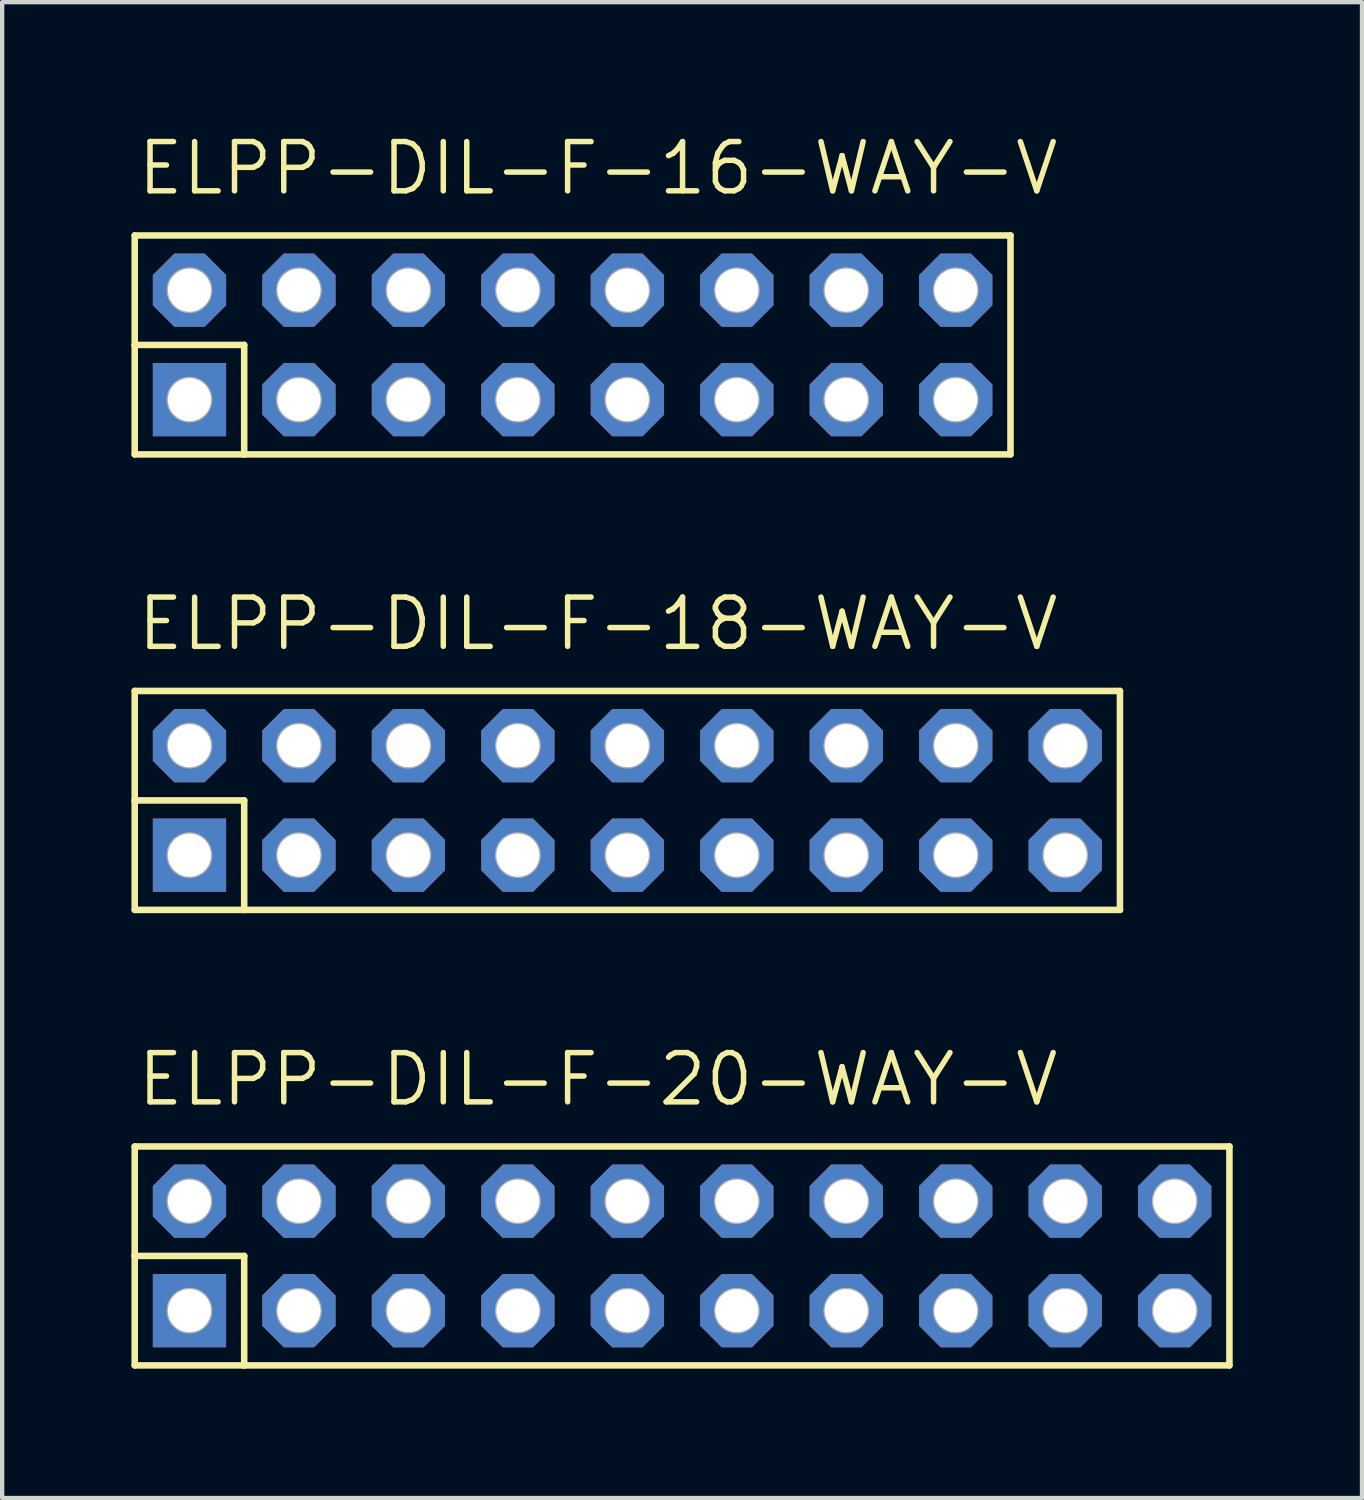
<source format=kicad_pcb>
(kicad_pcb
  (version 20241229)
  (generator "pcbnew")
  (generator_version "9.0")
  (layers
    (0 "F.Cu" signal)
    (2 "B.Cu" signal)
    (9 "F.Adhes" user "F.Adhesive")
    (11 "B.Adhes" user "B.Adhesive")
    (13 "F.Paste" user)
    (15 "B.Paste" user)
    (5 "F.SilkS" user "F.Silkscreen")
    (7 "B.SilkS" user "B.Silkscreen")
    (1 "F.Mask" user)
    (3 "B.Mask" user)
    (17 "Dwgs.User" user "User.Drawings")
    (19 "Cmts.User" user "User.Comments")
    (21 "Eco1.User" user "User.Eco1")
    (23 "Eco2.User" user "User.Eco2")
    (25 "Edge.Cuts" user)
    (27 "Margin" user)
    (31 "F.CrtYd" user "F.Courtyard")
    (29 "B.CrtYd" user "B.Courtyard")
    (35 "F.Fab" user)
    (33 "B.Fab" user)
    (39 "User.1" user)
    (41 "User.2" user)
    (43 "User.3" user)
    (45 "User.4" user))
  (footprint "ELPP-DIL-F-18-WAY-V"
    (layer "F.Cu")
    (at 6.426 16.792)
    (property "Reference" "ELPP-DIL-F-18-WAY-V" (at -6.35 -4.699 0) (unlocked yes) (layer "F.SilkS") (effects (font (size 1.143 1.143) (thickness 0.127)) (justify left bottom)))
    (fp_line (start -6.35 -3.81) (end 16.51 -3.81) (stroke (width 0.152) (type solid)) (layer "F.SilkS"))
    (fp_line (start -6.35 -1.27) (end -6.35 -3.81) (stroke (width 0.152) (type solid)) (layer "F.SilkS"))
    (fp_line (start -6.35 -1.27) (end -3.81 -1.27) (stroke (width 0.152) (type solid)) (layer "F.SilkS"))
    (fp_line (start -6.35 1.27) (end -6.35 -1.27) (stroke (width 0.152) (type solid)) (layer "F.SilkS"))
    (fp_line (start -3.81 -1.27) (end -3.81 1.27) (stroke (width 0.152) (type solid)) (layer "F.SilkS"))
    (fp_line (start -3.81 1.27) (end -6.35 1.27) (stroke (width 0.152) (type solid)) (layer "F.SilkS"))
    (fp_line (start 16.51 -3.81) (end 16.51 1.27) (stroke (width 0.152) (type solid)) (layer "F.SilkS"))
    (fp_line (start 16.51 1.27) (end -3.81 1.27) (stroke (width 0.152) (type solid)) (layer "F.SilkS"))
    (fp_circle (center -5.08 -2.54) (end -4.953 -2.54) (stroke (width 0.406) (type solid)) (fill no) (layer "F.Fab"))
    (fp_circle (center -5.08 0) (end -4.953 0) (stroke (width 0.406) (type solid)) (fill no) (layer "F.Fab"))
    (fp_circle (center -2.54 -2.54) (end -2.413 -2.54) (stroke (width 0.406) (type solid)) (fill no) (layer "F.Fab"))
    (fp_circle (center -2.54 0) (end -2.413 0) (stroke (width 0.406) (type solid)) (fill no) (layer "F.Fab"))
    (fp_circle (center 0 -2.54) (end 0.127 -2.54) (stroke (width 0.406) (type solid)) (fill no) (layer "F.Fab"))
    (fp_circle (center 0 0) (end 0.127 0) (stroke (width 0.406) (type solid)) (fill no) (layer "F.Fab"))
    (fp_circle (center 2.54 -2.54) (end 2.667 -2.54) (stroke (width 0.406) (type solid)) (fill no) (layer "F.Fab"))
    (fp_circle (center 2.54 0) (end 2.667 0) (stroke (width 0.406) (type solid)) (fill no) (layer "F.Fab"))
    (fp_circle (center 5.08 -2.54) (end 5.207 -2.54) (stroke (width 0.406) (type solid)) (fill no) (layer "F.Fab"))
    (fp_circle (center 5.08 0) (end 5.207 0) (stroke (width 0.406) (type solid)) (fill no) (layer "F.Fab"))
    (fp_circle (center 7.62 -2.54) (end 7.747 -2.54) (stroke (width 0.406) (type solid)) (fill no) (layer "F.Fab"))
    (fp_circle (center 7.62 0) (end 7.747 0) (stroke (width 0.406) (type solid)) (fill no) (layer "F.Fab"))
    (fp_circle (center 10.16 -2.54) (end 10.287 -2.54) (stroke (width 0.406) (type solid)) (fill no) (layer "F.Fab"))
    (fp_circle (center 10.16 0) (end 10.287 0) (stroke (width 0.406) (type solid)) (fill no) (layer "F.Fab"))
    (fp_circle (center 12.7 -2.54) (end 12.827 -2.54) (stroke (width 0.406) (type solid)) (fill no) (layer "F.Fab"))
    (fp_circle (center 12.7 0) (end 12.827 0) (stroke (width 0.406) (type solid)) (fill no) (layer "F.Fab"))
    (fp_circle (center 15.24 -2.54) (end 15.367 -2.54) (stroke (width 0.406) (type solid)) (fill no) (layer "F.Fab"))
    (fp_circle (center 15.24 0) (end 15.367 0) (stroke (width 0.406) (type solid)) (fill no) (layer "F.Fab"))
    (pad "1" thru_hole rect (at -5.08 0) (size 1.7 1.7) (drill 1) (layers "*.Cu" "*.Mask"))
    (pad "2" thru_hole roundrect (at -5.08 -2.54) (size 1.7 1.7) (drill 1) (layers "*.Cu" "*.Mask") (roundrect_rratio 0.25) (chamfer_ratio 0.293) (chamfer top_left top_right bottom_left bottom_right))
    (pad "3" thru_hole roundrect (at -2.54 0) (size 1.7 1.7) (drill 1) (layers "*.Cu" "*.Mask") (roundrect_rratio 0.25) (chamfer_ratio 0.293) (chamfer top_left top_right bottom_left bottom_right))
    (pad "4" thru_hole roundrect (at -2.54 -2.54) (size 1.7 1.7) (drill 1) (layers "*.Cu" "*.Mask") (roundrect_rratio 0.25) (chamfer_ratio 0.293) (chamfer top_left top_right bottom_left bottom_right))
    (pad "5" thru_hole roundrect (at 0 0) (size 1.7 1.7) (drill 1) (layers "*.Cu" "*.Mask") (roundrect_rratio 0.25) (chamfer_ratio 0.293) (chamfer top_left top_right bottom_left bottom_right))
    (pad "6" thru_hole roundrect (at 0 -2.54) (size 1.7 1.7) (drill 1) (layers "*.Cu" "*.Mask") (roundrect_rratio 0.25) (chamfer_ratio 0.293) (chamfer top_left top_right bottom_left bottom_right))
    (pad "7" thru_hole roundrect (at 2.54 0) (size 1.7 1.7) (drill 1) (layers "*.Cu" "*.Mask") (roundrect_rratio 0.25) (chamfer_ratio 0.293) (chamfer top_left top_right bottom_left bottom_right))
    (pad "8" thru_hole roundrect (at 2.54 -2.54) (size 1.7 1.7) (drill 1) (layers "*.Cu" "*.Mask") (roundrect_rratio 0.25) (chamfer_ratio 0.293) (chamfer top_left top_right bottom_left bottom_right))
    (pad "9" thru_hole roundrect (at 5.08 0) (size 1.7 1.7) (drill 1) (layers "*.Cu" "*.Mask") (roundrect_rratio 0.25) (chamfer_ratio 0.293) (chamfer top_left top_right bottom_left bottom_right))
    (pad "10" thru_hole roundrect (at 5.08 -2.54) (size 1.7 1.7) (drill 1) (layers "*.Cu" "*.Mask") (roundrect_rratio 0.25) (chamfer_ratio 0.293) (chamfer top_left top_right bottom_left bottom_right))
    (pad "11" thru_hole roundrect (at 7.62 0) (size 1.7 1.7) (drill 1) (layers "*.Cu" "*.Mask") (roundrect_rratio 0.25) (chamfer_ratio 0.293) (chamfer top_left top_right bottom_left bottom_right))
    (pad "12" thru_hole roundrect (at 7.62 -2.54) (size 1.7 1.7) (drill 1) (layers "*.Cu" "*.Mask") (roundrect_rratio 0.25) (chamfer_ratio 0.293) (chamfer top_left top_right bottom_left bottom_right))
    (pad "13" thru_hole roundrect (at 10.16 0) (size 1.7 1.7) (drill 1) (layers "*.Cu" "*.Mask") (roundrect_rratio 0.25) (chamfer_ratio 0.293) (chamfer top_left top_right bottom_left bottom_right))
    (pad "14" thru_hole roundrect (at 10.16 -2.54) (size 1.7 1.7) (drill 1) (layers "*.Cu" "*.Mask") (roundrect_rratio 0.25) (chamfer_ratio 0.293) (chamfer top_left top_right bottom_left bottom_right))
    (pad "15" thru_hole roundrect (at 12.7 0) (size 1.7 1.7) (drill 1) (layers "*.Cu" "*.Mask") (roundrect_rratio 0.25) (chamfer_ratio 0.293) (chamfer top_left top_right bottom_left bottom_right))
    (pad "16" thru_hole roundrect (at 12.7 -2.54) (size 1.7 1.7) (drill 1) (layers "*.Cu" "*.Mask") (roundrect_rratio 0.25) (chamfer_ratio 0.293) (chamfer top_left top_right bottom_left bottom_right))
    (pad "17" thru_hole roundrect (at 15.24 0) (size 1.7 1.7) (drill 1) (layers "*.Cu" "*.Mask") (roundrect_rratio 0.25) (chamfer_ratio 0.293) (chamfer top_left top_right bottom_left bottom_right))
    (pad "18" thru_hole roundrect (at 15.24 -2.54) (size 1.7 1.7) (drill 1) (layers "*.Cu" "*.Mask") (roundrect_rratio 0.25) (chamfer_ratio 0.293) (chamfer top_left top_right bottom_left bottom_right)))
  (footprint "ELPP-DIL-F-16-WAY-V"
    (layer "F.Cu")
    (at 6.426 6.223)
    (property "Reference" "ELPP-DIL-F-16-WAY-V" (at -6.35 -4.699 0) (unlocked yes) (layer "F.SilkS") (effects (font (size 1.143 1.143) (thickness 0.127)) (justify left bottom)))
    (fp_line (start -6.35 -3.81) (end 13.97 -3.81) (stroke (width 0.152) (type solid)) (layer "F.SilkS"))
    (fp_line (start -6.35 -1.27) (end -6.35 -3.81) (stroke (width 0.152) (type solid)) (layer "F.SilkS"))
    (fp_line (start -6.35 -1.27) (end -3.81 -1.27) (stroke (width 0.152) (type solid)) (layer "F.SilkS"))
    (fp_line (start -6.35 1.27) (end -6.35 -1.27) (stroke (width 0.152) (type solid)) (layer "F.SilkS"))
    (fp_line (start -3.81 -1.27) (end -3.81 1.27) (stroke (width 0.152) (type solid)) (layer "F.SilkS"))
    (fp_line (start -3.81 1.27) (end -6.35 1.27) (stroke (width 0.152) (type solid)) (layer "F.SilkS"))
    (fp_line (start 13.97 -3.81) (end 13.97 1.27) (stroke (width 0.152) (type solid)) (layer "F.SilkS"))
    (fp_line (start 13.97 1.27) (end -3.81 1.27) (stroke (width 0.152) (type solid)) (layer "F.SilkS"))
    (fp_circle (center -5.08 -2.54) (end -4.953 -2.54) (stroke (width 0.406) (type solid)) (fill no) (layer "F.Fab"))
    (fp_circle (center -5.08 0) (end -4.953 0) (stroke (width 0.406) (type solid)) (fill no) (layer "F.Fab"))
    (fp_circle (center -2.54 -2.54) (end -2.413 -2.54) (stroke (width 0.406) (type solid)) (fill no) (layer "F.Fab"))
    (fp_circle (center -2.54 0) (end -2.413 0) (stroke (width 0.406) (type solid)) (fill no) (layer "F.Fab"))
    (fp_circle (center 0 -2.54) (end 0.127 -2.54) (stroke (width 0.406) (type solid)) (fill no) (layer "F.Fab"))
    (fp_circle (center 0 0) (end 0.127 0) (stroke (width 0.406) (type solid)) (fill no) (layer "F.Fab"))
    (fp_circle (center 2.54 -2.54) (end 2.667 -2.54) (stroke (width 0.406) (type solid)) (fill no) (layer "F.Fab"))
    (fp_circle (center 2.54 0) (end 2.667 0) (stroke (width 0.406) (type solid)) (fill no) (layer "F.Fab"))
    (fp_circle (center 5.08 -2.54) (end 5.207 -2.54) (stroke (width 0.406) (type solid)) (fill no) (layer "F.Fab"))
    (fp_circle (center 5.08 0) (end 5.207 0) (stroke (width 0.406) (type solid)) (fill no) (layer "F.Fab"))
    (fp_circle (center 7.62 -2.54) (end 7.747 -2.54) (stroke (width 0.406) (type solid)) (fill no) (layer "F.Fab"))
    (fp_circle (center 7.62 0) (end 7.747 0) (stroke (width 0.406) (type solid)) (fill no) (layer "F.Fab"))
    (fp_circle (center 10.16 -2.54) (end 10.287 -2.54) (stroke (width 0.406) (type solid)) (fill no) (layer "F.Fab"))
    (fp_circle (center 10.16 0) (end 10.287 0) (stroke (width 0.406) (type solid)) (fill no) (layer "F.Fab"))
    (fp_circle (center 12.7 -2.54) (end 12.827 -2.54) (stroke (width 0.406) (type solid)) (fill no) (layer "F.Fab"))
    (fp_circle (center 12.7 0) (end 12.827 0) (stroke (width 0.406) (type solid)) (fill no) (layer "F.Fab"))
    (pad "1" thru_hole rect (at -5.08 0) (size 1.7 1.7) (drill 1) (layers "*.Cu" "*.Mask"))
    (pad "2" thru_hole roundrect (at -5.08 -2.54) (size 1.7 1.7) (drill 1) (layers "*.Cu" "*.Mask") (roundrect_rratio 0.25) (chamfer_ratio 0.293) (chamfer top_left top_right bottom_left bottom_right))
    (pad "3" thru_hole roundrect (at -2.54 0) (size 1.7 1.7) (drill 1) (layers "*.Cu" "*.Mask") (roundrect_rratio 0.25) (chamfer_ratio 0.293) (chamfer top_left top_right bottom_left bottom_right))
    (pad "4" thru_hole roundrect (at -2.54 -2.54) (size 1.7 1.7) (drill 1) (layers "*.Cu" "*.Mask") (roundrect_rratio 0.25) (chamfer_ratio 0.293) (chamfer top_left top_right bottom_left bottom_right))
    (pad "5" thru_hole roundrect (at 0 0) (size 1.7 1.7) (drill 1) (layers "*.Cu" "*.Mask") (roundrect_rratio 0.25) (chamfer_ratio 0.293) (chamfer top_left top_right bottom_left bottom_right))
    (pad "6" thru_hole roundrect (at 0 -2.54) (size 1.7 1.7) (drill 1) (layers "*.Cu" "*.Mask") (roundrect_rratio 0.25) (chamfer_ratio 0.293) (chamfer top_left top_right bottom_left bottom_right))
    (pad "7" thru_hole roundrect (at 2.54 0) (size 1.7 1.7) (drill 1) (layers "*.Cu" "*.Mask") (roundrect_rratio 0.25) (chamfer_ratio 0.293) (chamfer top_left top_right bottom_left bottom_right))
    (pad "8" thru_hole roundrect (at 2.54 -2.54) (size 1.7 1.7) (drill 1) (layers "*.Cu" "*.Mask") (roundrect_rratio 0.25) (chamfer_ratio 0.293) (chamfer top_left top_right bottom_left bottom_right))
    (pad "9" thru_hole roundrect (at 5.08 0) (size 1.7 1.7) (drill 1) (layers "*.Cu" "*.Mask") (roundrect_rratio 0.25) (chamfer_ratio 0.293) (chamfer top_left top_right bottom_left bottom_right))
    (pad "10" thru_hole roundrect (at 5.08 -2.54) (size 1.7 1.7) (drill 1) (layers "*.Cu" "*.Mask") (roundrect_rratio 0.25) (chamfer_ratio 0.293) (chamfer top_left top_right bottom_left bottom_right))
    (pad "11" thru_hole roundrect (at 7.62 0) (size 1.7 1.7) (drill 1) (layers "*.Cu" "*.Mask") (roundrect_rratio 0.25) (chamfer_ratio 0.293) (chamfer top_left top_right bottom_left bottom_right))
    (pad "12" thru_hole roundrect (at 7.62 -2.54) (size 1.7 1.7) (drill 1) (layers "*.Cu" "*.Mask") (roundrect_rratio 0.25) (chamfer_ratio 0.293) (chamfer top_left top_right bottom_left bottom_right))
    (pad "13" thru_hole roundrect (at 10.16 0) (size 1.7 1.7) (drill 1) (layers "*.Cu" "*.Mask") (roundrect_rratio 0.25) (chamfer_ratio 0.293) (chamfer top_left top_right bottom_left bottom_right))
    (pad "14" thru_hole roundrect (at 10.16 -2.54) (size 1.7 1.7) (drill 1) (layers "*.Cu" "*.Mask") (roundrect_rratio 0.25) (chamfer_ratio 0.293) (chamfer top_left top_right bottom_left bottom_right))
    (pad "15" thru_hole roundrect (at 12.7 0) (size 1.7 1.7) (drill 1) (layers "*.Cu" "*.Mask") (roundrect_rratio 0.25) (chamfer_ratio 0.293) (chamfer top_left top_right bottom_left bottom_right))
    (pad "16" thru_hole roundrect (at 12.7 -2.54) (size 1.7 1.7) (drill 1) (layers "*.Cu" "*.Mask") (roundrect_rratio 0.25) (chamfer_ratio 0.293) (chamfer top_left top_right bottom_left bottom_right)))
  (footprint "ELPP-DIL-F-20-WAY-V"
    (layer "F.Cu")
    (at 6.426 27.361)
    (property "Reference" "ELPP-DIL-F-20-WAY-V" (at -6.35 -4.699 0) (unlocked yes) (layer "F.SilkS") (effects (font (size 1.143 1.143) (thickness 0.127)) (justify left bottom)))
    (fp_line (start -6.35 -3.81) (end 19.05 -3.81) (stroke (width 0.152) (type solid)) (layer "F.SilkS"))
    (fp_line (start -6.35 -1.27) (end -6.35 -3.81) (stroke (width 0.152) (type solid)) (layer "F.SilkS"))
    (fp_line (start -6.35 -1.27) (end -3.81 -1.27) (stroke (width 0.152) (type solid)) (layer "F.SilkS"))
    (fp_line (start -6.35 1.27) (end -6.35 -1.27) (stroke (width 0.152) (type solid)) (layer "F.SilkS"))
    (fp_line (start -3.81 -1.27) (end -3.81 1.27) (stroke (width 0.152) (type solid)) (layer "F.SilkS"))
    (fp_line (start -3.81 1.27) (end -6.35 1.27) (stroke (width 0.152) (type solid)) (layer "F.SilkS"))
    (fp_line (start 19.05 -3.81) (end 19.05 1.27) (stroke (width 0.152) (type solid)) (layer "F.SilkS"))
    (fp_line (start 19.05 1.27) (end -3.81 1.27) (stroke (width 0.152) (type solid)) (layer "F.SilkS"))
    (fp_circle (center -5.08 -2.54) (end -4.953 -2.54) (stroke (width 0.406) (type solid)) (fill no) (layer "F.Fab"))
    (fp_circle (center -5.08 0) (end -4.953 0) (stroke (width 0.406) (type solid)) (fill no) (layer "F.Fab"))
    (fp_circle (center -2.54 -2.54) (end -2.413 -2.54) (stroke (width 0.406) (type solid)) (fill no) (layer "F.Fab"))
    (fp_circle (center -2.54 0) (end -2.413 0) (stroke (width 0.406) (type solid)) (fill no) (layer "F.Fab"))
    (fp_circle (center 0 -2.54) (end 0.127 -2.54) (stroke (width 0.406) (type solid)) (fill no) (layer "F.Fab"))
    (fp_circle (center 0 0) (end 0.127 0) (stroke (width 0.406) (type solid)) (fill no) (layer "F.Fab"))
    (fp_circle (center 2.54 -2.54) (end 2.667 -2.54) (stroke (width 0.406) (type solid)) (fill no) (layer "F.Fab"))
    (fp_circle (center 2.54 0) (end 2.667 0) (stroke (width 0.406) (type solid)) (fill no) (layer "F.Fab"))
    (fp_circle (center 5.08 -2.54) (end 5.207 -2.54) (stroke (width 0.406) (type solid)) (fill no) (layer "F.Fab"))
    (fp_circle (center 5.08 0) (end 5.207 0) (stroke (width 0.406) (type solid)) (fill no) (layer "F.Fab"))
    (fp_circle (center 7.62 -2.54) (end 7.747 -2.54) (stroke (width 0.406) (type solid)) (fill no) (layer "F.Fab"))
    (fp_circle (center 7.62 0) (end 7.747 0) (stroke (width 0.406) (type solid)) (fill no) (layer "F.Fab"))
    (fp_circle (center 10.16 -2.54) (end 10.287 -2.54) (stroke (width 0.406) (type solid)) (fill no) (layer "F.Fab"))
    (fp_circle (center 10.16 0) (end 10.287 0) (stroke (width 0.406) (type solid)) (fill no) (layer "F.Fab"))
    (fp_circle (center 12.7 -2.54) (end 12.827 -2.54) (stroke (width 0.406) (type solid)) (fill no) (layer "F.Fab"))
    (fp_circle (center 12.7 0) (end 12.827 0) (stroke (width 0.406) (type solid)) (fill no) (layer "F.Fab"))
    (fp_circle (center 15.24 -2.54) (end 15.367 -2.54) (stroke (width 0.406) (type solid)) (fill no) (layer "F.Fab"))
    (fp_circle (center 15.24 0) (end 15.367 0) (stroke (width 0.406) (type solid)) (fill no) (layer "F.Fab"))
    (fp_circle (center 17.78 -2.54) (end 17.907 -2.54) (stroke (width 0.406) (type solid)) (fill no) (layer "F.Fab"))
    (fp_circle (center 17.78 0) (end 17.907 0) (stroke (width 0.406) (type solid)) (fill no) (layer "F.Fab"))
    (pad "1" thru_hole rect (at -5.08 0) (size 1.7 1.7) (drill 1) (layers "*.Cu" "*.Mask"))
    (pad "2" thru_hole roundrect (at -5.08 -2.54) (size 1.7 1.7) (drill 1) (layers "*.Cu" "*.Mask") (roundrect_rratio 0.25) (chamfer_ratio 0.293) (chamfer top_left top_right bottom_left bottom_right))
    (pad "3" thru_hole roundrect (at -2.54 0) (size 1.7 1.7) (drill 1) (layers "*.Cu" "*.Mask") (roundrect_rratio 0.25) (chamfer_ratio 0.293) (chamfer top_left top_right bottom_left bottom_right))
    (pad "4" thru_hole roundrect (at -2.54 -2.54) (size 1.7 1.7) (drill 1) (layers "*.Cu" "*.Mask") (roundrect_rratio 0.25) (chamfer_ratio 0.293) (chamfer top_left top_right bottom_left bottom_right))
    (pad "5" thru_hole roundrect (at 0 0) (size 1.7 1.7) (drill 1) (layers "*.Cu" "*.Mask") (roundrect_rratio 0.25) (chamfer_ratio 0.293) (chamfer top_left top_right bottom_left bottom_right))
    (pad "6" thru_hole roundrect (at 0 -2.54) (size 1.7 1.7) (drill 1) (layers "*.Cu" "*.Mask") (roundrect_rratio 0.25) (chamfer_ratio 0.293) (chamfer top_left top_right bottom_left bottom_right))
    (pad "7" thru_hole roundrect (at 2.54 0) (size 1.7 1.7) (drill 1) (layers "*.Cu" "*.Mask") (roundrect_rratio 0.25) (chamfer_ratio 0.293) (chamfer top_left top_right bottom_left bottom_right))
    (pad "8" thru_hole roundrect (at 2.54 -2.54) (size 1.7 1.7) (drill 1) (layers "*.Cu" "*.Mask") (roundrect_rratio 0.25) (chamfer_ratio 0.293) (chamfer top_left top_right bottom_left bottom_right))
    (pad "9" thru_hole roundrect (at 5.08 0) (size 1.7 1.7) (drill 1) (layers "*.Cu" "*.Mask") (roundrect_rratio 0.25) (chamfer_ratio 0.293) (chamfer top_left top_right bottom_left bottom_right))
    (pad "10" thru_hole roundrect (at 5.08 -2.54) (size 1.7 1.7) (drill 1) (layers "*.Cu" "*.Mask") (roundrect_rratio 0.25) (chamfer_ratio 0.293) (chamfer top_left top_right bottom_left bottom_right))
    (pad "11" thru_hole roundrect (at 7.62 0) (size 1.7 1.7) (drill 1) (layers "*.Cu" "*.Mask") (roundrect_rratio 0.25) (chamfer_ratio 0.293) (chamfer top_left top_right bottom_left bottom_right))
    (pad "12" thru_hole roundrect (at 7.62 -2.54) (size 1.7 1.7) (drill 1) (layers "*.Cu" "*.Mask") (roundrect_rratio 0.25) (chamfer_ratio 0.293) (chamfer top_left top_right bottom_left bottom_right))
    (pad "13" thru_hole roundrect (at 10.16 0) (size 1.7 1.7) (drill 1) (layers "*.Cu" "*.Mask") (roundrect_rratio 0.25) (chamfer_ratio 0.293) (chamfer top_left top_right bottom_left bottom_right))
    (pad "14" thru_hole roundrect (at 10.16 -2.54) (size 1.7 1.7) (drill 1) (layers "*.Cu" "*.Mask") (roundrect_rratio 0.25) (chamfer_ratio 0.293) (chamfer top_left top_right bottom_left bottom_right))
    (pad "15" thru_hole roundrect (at 12.7 0) (size 1.7 1.7) (drill 1) (layers "*.Cu" "*.Mask") (roundrect_rratio 0.25) (chamfer_ratio 0.293) (chamfer top_left top_right bottom_left bottom_right))
    (pad "16" thru_hole roundrect (at 12.7 -2.54) (size 1.7 1.7) (drill 1) (layers "*.Cu" "*.Mask") (roundrect_rratio 0.25) (chamfer_ratio 0.293) (chamfer top_left top_right bottom_left bottom_right))
    (pad "17" thru_hole roundrect (at 15.24 0) (size 1.7 1.7) (drill 1) (layers "*.Cu" "*.Mask") (roundrect_rratio 0.25) (chamfer_ratio 0.293) (chamfer top_left top_right bottom_left bottom_right))
    (pad "18" thru_hole roundrect (at 15.24 -2.54) (size 1.7 1.7) (drill 1) (layers "*.Cu" "*.Mask") (roundrect_rratio 0.25) (chamfer_ratio 0.293) (chamfer top_left top_right bottom_left bottom_right))
    (pad "19" thru_hole roundrect (at 17.78 0) (size 1.7 1.7) (drill 1) (layers "*.Cu" "*.Mask") (roundrect_rratio 0.25) (chamfer_ratio 0.293) (chamfer top_left top_right bottom_left bottom_right))
    (pad "20" thru_hole roundrect (at 17.78 -2.54) (size 1.7 1.7) (drill 1) (layers "*.Cu" "*.Mask") (roundrect_rratio 0.25) (chamfer_ratio 0.293) (chamfer top_left top_right bottom_left bottom_right)))
  (gr_rect
    (start -3 -3)
    (end 28.552 31.708)
    (stroke (width 0.1) (type default))
    (fill no)
    (layer "Edge.Cuts")))
</source>
